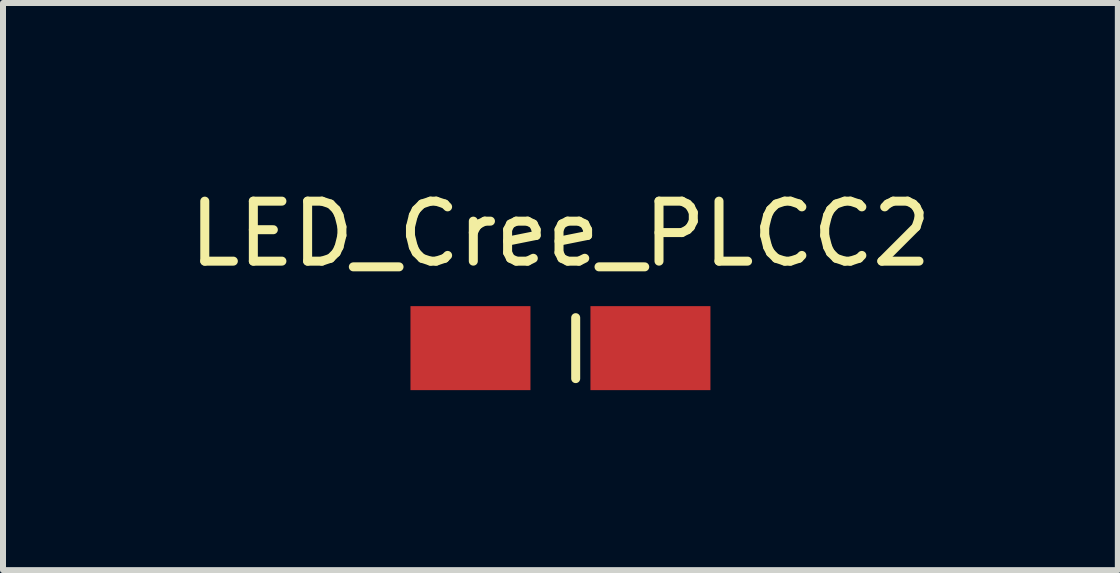
<source format=kicad_pcb>
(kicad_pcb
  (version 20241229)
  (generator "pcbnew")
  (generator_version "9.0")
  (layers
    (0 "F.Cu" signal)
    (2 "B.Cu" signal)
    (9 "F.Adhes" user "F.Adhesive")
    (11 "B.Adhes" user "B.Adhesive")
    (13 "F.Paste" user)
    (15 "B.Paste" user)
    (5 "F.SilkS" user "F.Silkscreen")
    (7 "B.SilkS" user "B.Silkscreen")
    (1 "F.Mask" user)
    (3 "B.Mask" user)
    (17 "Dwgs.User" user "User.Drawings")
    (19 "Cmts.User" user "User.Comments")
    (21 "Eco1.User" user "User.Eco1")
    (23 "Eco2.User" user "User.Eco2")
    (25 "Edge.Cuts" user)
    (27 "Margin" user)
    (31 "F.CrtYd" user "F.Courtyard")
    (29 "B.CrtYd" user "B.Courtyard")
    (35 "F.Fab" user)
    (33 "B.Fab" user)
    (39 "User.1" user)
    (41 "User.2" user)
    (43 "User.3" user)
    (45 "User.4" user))
  (footprint "LED_Cree_PLCC2"
    (layer "F.Cu")
    (at 6.292 2.753)
    (property "Reference" "LED_Cree_PLCC2" (at 0 -1.905 0) (layer "F.SilkS") (effects (font (size 1 1) (thickness 0.15))))
    (attr through_hole)
    (fp_line (start 0.254 -0.508) (end 0.254 0.508) (stroke (width 0.15) (type solid)) (layer "F.SilkS"))
    (pad "1" smd rect (at -1.5 0) (size 2 1.4) (layers "F.Cu" "F.Mask" "F.Paste"))
    (pad "2" smd rect (at 1.5 0) (size 2 1.4) (layers "F.Cu" "F.Mask" "F.Paste")))
  (gr_rect
    (start -3 -3)
    (end 15.583 6.453)
    (stroke (width 0.1) (type default))
    (fill no)
    (layer "Edge.Cuts")))
</source>
